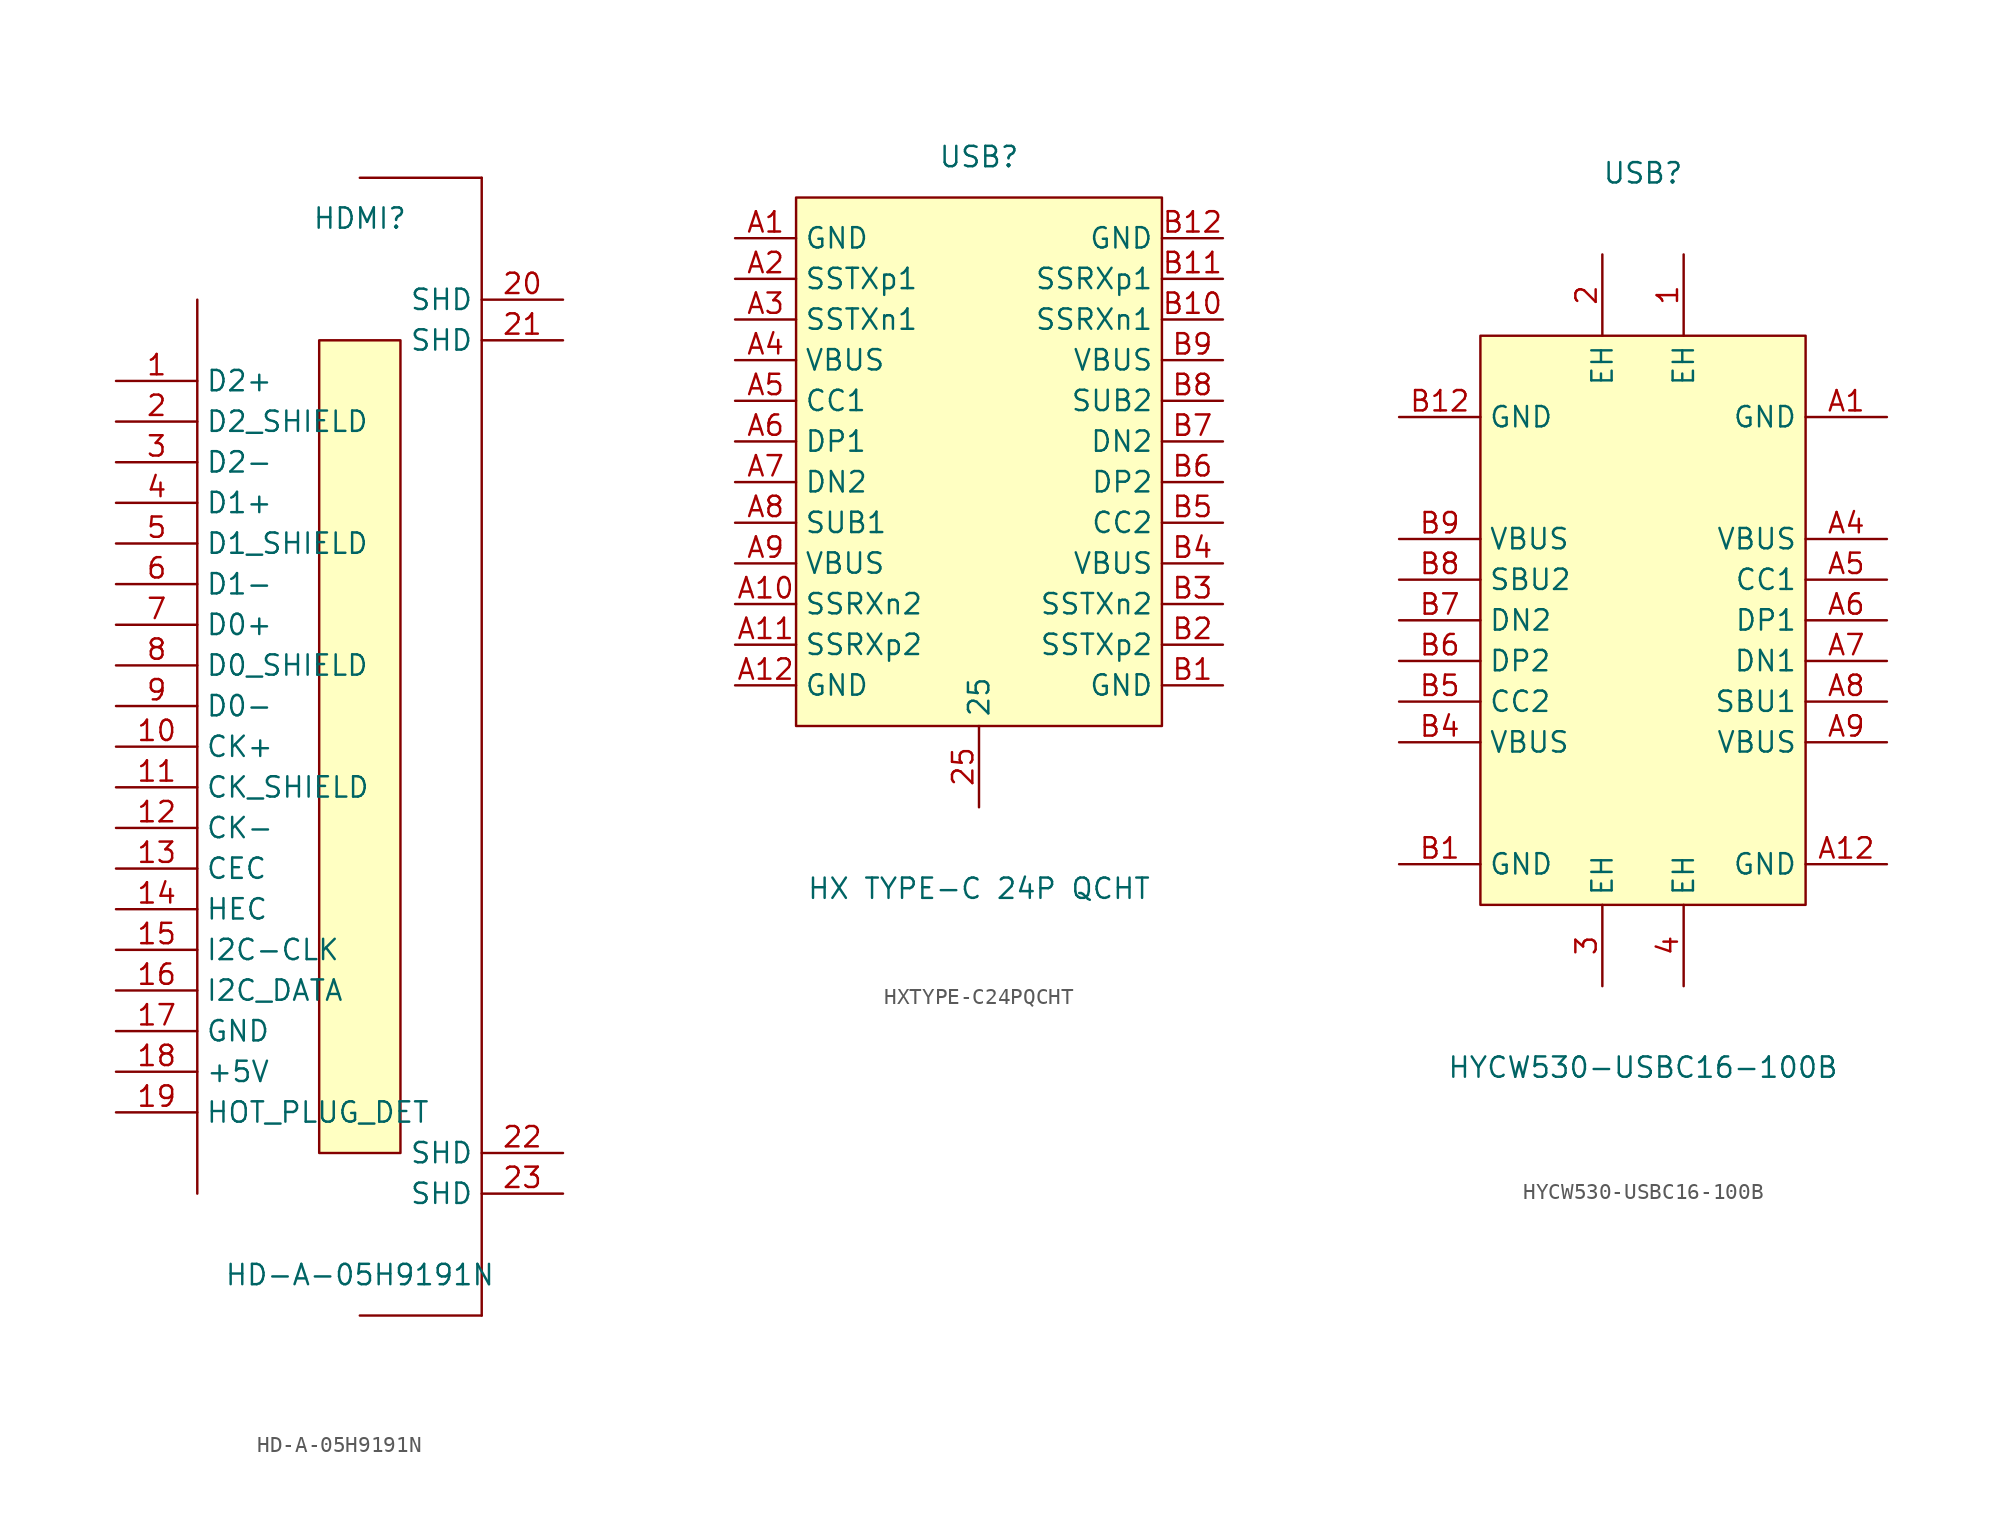
<source format=kicad_sym>
(kicad_symbol_lib
  (version 20241209)
  (generator "kicad_symbol_editor")
  (generator_version "9.0")
  (symbol "HD-A-05H9191N"
    (property "Reference" "HDMI"
      (at 0 33.02 0)
      (effects (font (size 1.27 1.27))))
    (property "Value" "HD-A-05H9191N"
      (at 0 -33.02 0)
      (effects (font (size 1.27 1.27))))
    (symbol "HD-A-05H9191N_0_1"
      (polyline (pts (xy -10.16 27.94)) (stroke (width 0) (type default)) (fill (type background)))
      (polyline (pts (xy -10.16 27.94) (xy -10.16 -27.94)) (stroke (width 0) (type default)) (fill (type none)))
      (polyline (pts (xy -10.16 -27.94)) (stroke (width 0) (type default)) (fill (type background)))
      (rectangle (start -2.54 25.4) (end 2.54 -25.4) (stroke (width 0) (type default)) (fill (type background)))
      (polyline (pts (xy 7.62 35.56) (xy 0 35.56)) (stroke (width 0) (type default)) (fill (type none)))
      (polyline (pts (xy 7.62 35.56) (xy 7.62 -35.56)) (stroke (width 0) (type default)) (fill (type none)))
      (polyline (pts (xy 7.62 -35.56) (xy 0 -35.56)) (stroke (width 0) (type default)) (fill (type none)))
      (pin unspecified line (at -15.24 22.86 0) (length 5.08) (name "D2+" (effects (font (size 1.27 1.27)))) (number "1" (effects (font (size 1.27 1.27)))))
      (pin unspecified line (at -15.24 20.32 0) (length 5.08) (name "D2_SHIELD" (effects (font (size 1.27 1.27)))) (number "2" (effects (font (size 1.27 1.27)))))
      (pin unspecified line (at -15.24 17.78 0) (length 5.08) (name "D2-" (effects (font (size 1.27 1.27)))) (number "3" (effects (font (size 1.27 1.27)))))
      (pin unspecified line (at -15.24 15.24 0) (length 5.08) (name "D1+" (effects (font (size 1.27 1.27)))) (number "4" (effects (font (size 1.27 1.27)))))
      (pin unspecified line (at -15.24 12.7 0) (length 5.08) (name "D1_SHIELD" (effects (font (size 1.27 1.27)))) (number "5" (effects (font (size 1.27 1.27)))))
      (pin unspecified line (at -15.24 10.16 0) (length 5.08) (name "D1-" (effects (font (size 1.27 1.27)))) (number "6" (effects (font (size 1.27 1.27)))))
      (pin unspecified line (at -15.24 7.62 0) (length 5.08) (name "D0+" (effects (font (size 1.27 1.27)))) (number "7" (effects (font (size 1.27 1.27)))))
      (pin unspecified line (at -15.24 5.08 0) (length 5.08) (name "D0_SHIELD" (effects (font (size 1.27 1.27)))) (number "8" (effects (font (size 1.27 1.27)))))
      (pin unspecified line (at -15.24 2.54 0) (length 5.08) (name "D0-" (effects (font (size 1.27 1.27)))) (number "9" (effects (font (size 1.27 1.27)))))
      (pin unspecified line (at -15.24 0 0) (length 5.08) (name "CK+" (effects (font (size 1.27 1.27)))) (number "10" (effects (font (size 1.27 1.27)))))
      (pin unspecified line (at -15.24 -2.54 0) (length 5.08) (name "CK_SHIELD" (effects (font (size 1.27 1.27)))) (number "11" (effects (font (size 1.27 1.27)))))
      (pin unspecified line (at -15.24 -5.08 0) (length 5.08) (name "CK-" (effects (font (size 1.27 1.27)))) (number "12" (effects (font (size 1.27 1.27)))))
      (pin unspecified line (at -15.24 -7.62 0) (length 5.08) (name "CEC" (effects (font (size 1.27 1.27)))) (number "13" (effects (font (size 1.27 1.27)))))
      (pin unspecified line (at -15.24 -10.16 0) (length 5.08) (name "HEC" (effects (font (size 1.27 1.27)))) (number "14" (effects (font (size 1.27 1.27)))))
      (pin unspecified line (at -15.24 -12.7 0) (length 5.08) (name "I2C-CLK" (effects (font (size 1.27 1.27)))) (number "15" (effects (font (size 1.27 1.27)))))
      (pin unspecified line (at -15.24 -15.24 0) (length 5.08) (name "I2C_DATA" (effects (font (size 1.27 1.27)))) (number "16" (effects (font (size 1.27 1.27)))))
      (pin unspecified line (at -15.24 -17.78 0) (length 5.08) (name "GND" (effects (font (size 1.27 1.27)))) (number "17" (effects (font (size 1.27 1.27)))))
      (pin unspecified line (at -15.24 -20.32 0) (length 5.08) (name "+5V" (effects (font (size 1.27 1.27)))) (number "18" (effects (font (size 1.27 1.27)))))
      (pin unspecified line (at -15.24 -22.86 0) (length 5.08) (name "HOT_PLUG_DET" (effects (font (size 1.27 1.27)))) (number "19" (effects (font (size 1.27 1.27)))))
      (pin unspecified line (at 12.7 27.94 180) (length 5.08) (name "SHD" (effects (font (size 1.27 1.27)))) (number "20" (effects (font (size 1.27 1.27)))))
      (pin unspecified line (at 12.7 25.4 180) (length 5.08) (name "SHD" (effects (font (size 1.27 1.27)))) (number "21" (effects (font (size 1.27 1.27)))))
      (pin unspecified line (at 12.7 -25.4 180) (length 5.08) (name "SHD" (effects (font (size 1.27 1.27)))) (number "22" (effects (font (size 1.27 1.27)))))
      (pin unspecified line (at 12.7 -27.94 180) (length 5.08) (name "SHD" (effects (font (size 1.27 1.27)))) (number "23" (effects (font (size 1.27 1.27)))))))
  (symbol "HXTYPE-C24PQCHT"
    (property "Reference" "USB"
      (at 0 22.86 0)
      (effects (font (size 1.27 1.27))))
    (property "Value" "HX TYPE-C 24P QCHT"
      (at 0 -22.86 0)
      (effects (font (size 1.27 1.27))))
    (symbol "HXTYPE-C24PQCHT_0_1"
      (rectangle (start -11.43 20.32) (end 11.43 -12.7) (stroke (width 0) (type default)) (fill (type background)))
      (pin unspecified line (at 0 -17.78 90) (length 5.08) (name "25" (effects (font (size 1.27 1.27)))) (number "25" (effects (font (size 1.27 1.27))))))
    (symbol "HXTYPE-C24PQCHT_1_1"
      (pin unspecified line (at -15.24 17.78 0) (length 3.81) (name "GND" (effects (font (size 1.27 1.27)))) (number "A1" (effects (font (size 1.27 1.27)))))
      (pin unspecified line (at -15.24 15.24 0) (length 3.81) (name "SSTXp1" (effects (font (size 1.27 1.27)))) (number "A2" (effects (font (size 1.27 1.27)))))
      (pin unspecified line (at -15.24 12.7 0) (length 3.81) (name "SSTXn1" (effects (font (size 1.27 1.27)))) (number "A3" (effects (font (size 1.27 1.27)))))
      (pin unspecified line (at -15.24 10.16 0) (length 3.81) (name "VBUS" (effects (font (size 1.27 1.27)))) (number "A4" (effects (font (size 1.27 1.27)))))
      (pin unspecified line (at -15.24 7.62 0) (length 3.81) (name "CC1" (effects (font (size 1.27 1.27)))) (number "A5" (effects (font (size 1.27 1.27)))))
      (pin unspecified line (at -15.24 5.08 0) (length 3.81) (name "DP1" (effects (font (size 1.27 1.27)))) (number "A6" (effects (font (size 1.27 1.27)))))
      (pin unspecified line (at -15.24 2.54 0) (length 3.81) (name "DN2" (effects (font (size 1.27 1.27)))) (number "A7" (effects (font (size 1.27 1.27)))))
      (pin unspecified line (at -15.24 0 0) (length 3.81) (name "SUB1" (effects (font (size 1.27 1.27)))) (number "A8" (effects (font (size 1.27 1.27)))))
      (pin unspecified line (at -15.24 -2.54 0) (length 3.81) (name "VBUS" (effects (font (size 1.27 1.27)))) (number "A9" (effects (font (size 1.27 1.27)))))
      (pin unspecified line (at -15.24 -5.08 0) (length 3.81) (name "SSRXn2" (effects (font (size 1.27 1.27)))) (number "A10" (effects (font (size 1.27 1.27)))))
      (pin unspecified line (at -15.24 -7.62 0) (length 3.81) (name "SSRXp2" (effects (font (size 1.27 1.27)))) (number "A11" (effects (font (size 1.27 1.27)))))
      (pin unspecified line (at -15.24 -10.16 0) (length 3.81) (name "GND" (effects (font (size 1.27 1.27)))) (number "A12" (effects (font (size 1.27 1.27)))))
      (pin unspecified line (at 15.24 17.78 180) (length 3.81) (name "GND" (effects (font (size 1.27 1.27)))) (number "B12" (effects (font (size 1.27 1.27)))))
      (pin unspecified line (at 15.24 15.24 180) (length 3.81) (name "SSRXp1" (effects (font (size 1.27 1.27)))) (number "B11" (effects (font (size 1.27 1.27)))))
      (pin unspecified line (at 15.24 12.7 180) (length 3.81) (name "SSRXn1" (effects (font (size 1.27 1.27)))) (number "B10" (effects (font (size 1.27 1.27)))))
      (pin unspecified line (at 15.24 10.16 180) (length 3.81) (name "VBUS" (effects (font (size 1.27 1.27)))) (number "B9" (effects (font (size 1.27 1.27)))))
      (pin unspecified line (at 15.24 7.62 180) (length 3.81) (name "SUB2" (effects (font (size 1.27 1.27)))) (number "B8" (effects (font (size 1.27 1.27)))))
      (pin unspecified line (at 15.24 5.08 180) (length 3.81) (name "DN2" (effects (font (size 1.27 1.27)))) (number "B7" (effects (font (size 1.27 1.27)))))
      (pin unspecified line (at 15.24 2.54 180) (length 3.81) (name "DP2" (effects (font (size 1.27 1.27)))) (number "B6" (effects (font (size 1.27 1.27)))))
      (pin unspecified line (at 15.24 0 180) (length 3.81) (name "CC2" (effects (font (size 1.27 1.27)))) (number "B5" (effects (font (size 1.27 1.27)))))
      (pin unspecified line (at 15.24 -2.54 180) (length 3.81) (name "VBUS" (effects (font (size 1.27 1.27)))) (number "B4" (effects (font (size 1.27 1.27)))))
      (pin unspecified line (at 15.24 -5.08 180) (length 3.81) (name "SSTXn2" (effects (font (size 1.27 1.27)))) (number "B3" (effects (font (size 1.27 1.27)))))
      (pin unspecified line (at 15.24 -7.62 180) (length 3.81) (name "SSTXp2" (effects (font (size 1.27 1.27)))) (number "B2" (effects (font (size 1.27 1.27)))))
      (pin unspecified line (at 15.24 -10.16 180) (length 3.81) (name "GND" (effects (font (size 1.27 1.27)))) (number "B1" (effects (font (size 1.27 1.27)))))))
  (symbol "HYCW530-USBC16-100B"
    (property "Reference" "USB"
      (at 0 27.94 0)
      (effects (font (size 1.27 1.27))))
    (property "Value" "HYCW530-USBC16-100B"
      (at 0 -27.94 0)
      (effects (font (size 1.27 1.27))))
    (symbol "HYCW530-USBC16-100B_0_1"
      (rectangle (start -10.16 17.78) (end 10.16 -17.78) (stroke (width 0) (type default)) (fill (type background)))
      (pin unspecified line (at -15.24 12.7 0) (length 5.08) (name "GND" (effects (font (size 1.27 1.27)))) (number "B12" (effects (font (size 1.27 1.27)))))
      (pin unspecified line (at -15.24 5.08 0) (length 5.08) (name "VBUS" (effects (font (size 1.27 1.27)))) (number "B9" (effects (font (size 1.27 1.27)))))
      (pin unspecified line (at -15.24 2.54 0) (length 5.08) (name "SBU2" (effects (font (size 1.27 1.27)))) (number "B8" (effects (font (size 1.27 1.27)))))
      (pin unspecified line (at -15.24 0 0) (length 5.08) (name "DN2" (effects (font (size 1.27 1.27)))) (number "B7" (effects (font (size 1.27 1.27)))))
      (pin unspecified line (at -15.24 -2.54 0) (length 5.08) (name "DP2" (effects (font (size 1.27 1.27)))) (number "B6" (effects (font (size 1.27 1.27)))))
      (pin unspecified line (at -15.24 -5.08 0) (length 5.08) (name "CC2" (effects (font (size 1.27 1.27)))) (number "B5" (effects (font (size 1.27 1.27)))))
      (pin unspecified line (at -15.24 -7.62 0) (length 5.08) (name "VBUS" (effects (font (size 1.27 1.27)))) (number "B4" (effects (font (size 1.27 1.27)))))
      (pin unspecified line (at -15.24 -15.24 0) (length 5.08) (name "GND" (effects (font (size 1.27 1.27)))) (number "B1" (effects (font (size 1.27 1.27)))))
      (pin unspecified line (at -2.54 22.86 270) (length 5.08) (name "EH" (effects (font (size 1.27 1.27)))) (number "2" (effects (font (size 1.27 1.27)))))
      (pin unspecified line (at -2.54 -22.86 90) (length 5.08) (name "EH" (effects (font (size 1.27 1.27)))) (number "3" (effects (font (size 1.27 1.27)))))
      (pin unspecified line (at 2.54 22.86 270) (length 5.08) (name "EH" (effects (font (size 1.27 1.27)))) (number "1" (effects (font (size 1.27 1.27)))))
      (pin unspecified line (at 2.54 -22.86 90) (length 5.08) (name "EH" (effects (font (size 1.27 1.27)))) (number "4" (effects (font (size 1.27 1.27)))))
      (pin unspecified line (at 15.24 12.7 180) (length 5.08) (name "GND" (effects (font (size 1.27 1.27)))) (number "A1" (effects (font (size 1.27 1.27)))))
      (pin unspecified line (at 15.24 5.08 180) (length 5.08) (name "VBUS" (effects (font (size 1.27 1.27)))) (number "A4" (effects (font (size 1.27 1.27)))))
      (pin unspecified line (at 15.24 2.54 180) (length 5.08) (name "CC1" (effects (font (size 1.27 1.27)))) (number "A5" (effects (font (size 1.27 1.27)))))
      (pin unspecified line (at 15.24 0 180) (length 5.08) (name "DP1" (effects (font (size 1.27 1.27)))) (number "A6" (effects (font (size 1.27 1.27)))))
      (pin unspecified line (at 15.24 -2.54 180) (length 5.08) (name "DN1" (effects (font (size 1.27 1.27)))) (number "A7" (effects (font (size 1.27 1.27)))))
      (pin unspecified line (at 15.24 -5.08 180) (length 5.08) (name "SBU1" (effects (font (size 1.27 1.27)))) (number "A8" (effects (font (size 1.27 1.27)))))
      (pin unspecified line (at 15.24 -7.62 180) (length 5.08) (name "VBUS" (effects (font (size 1.27 1.27)))) (number "A9" (effects (font (size 1.27 1.27)))))
      (pin unspecified line (at 15.24 -15.24 180) (length 5.08) (name "GND" (effects (font (size 1.27 1.27)))) (number "A12" (effects (font (size 1.27 1.27))))))))
</source>
